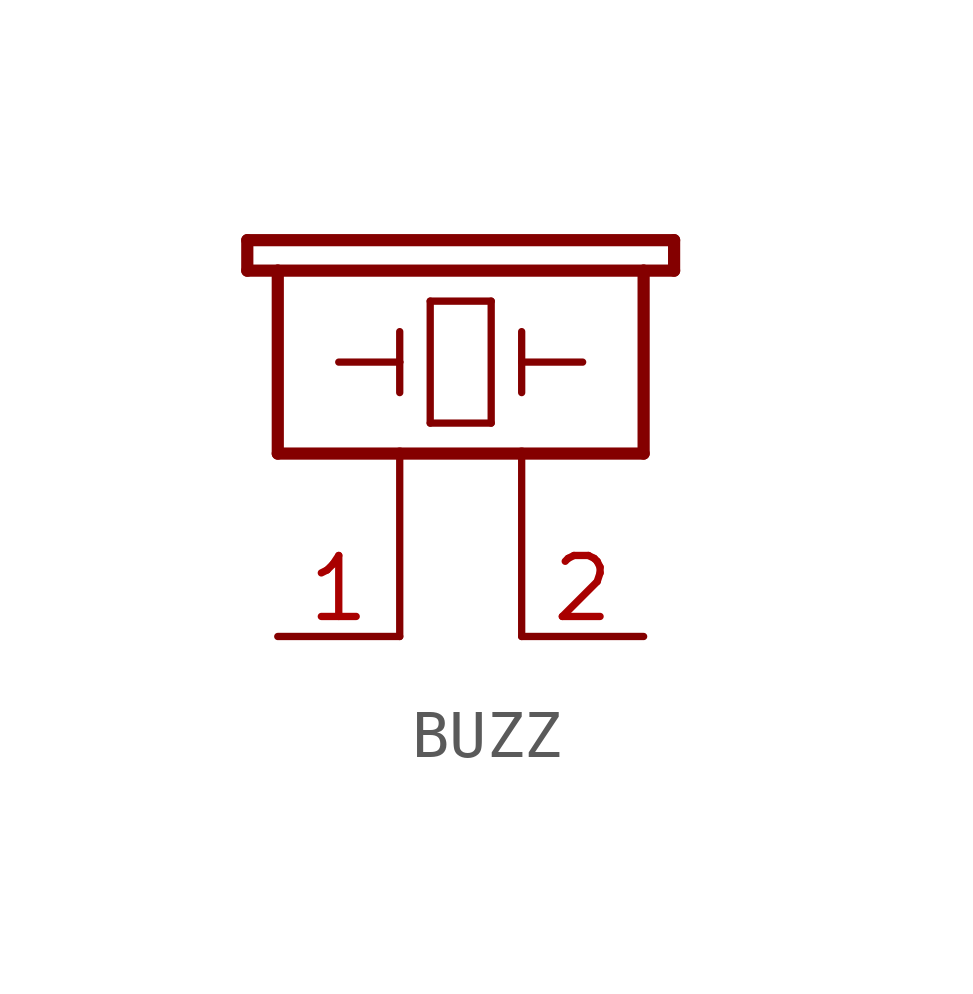
<source format=kicad_sym>
(kicad_symbol_lib
  (version 20220914)
  (generator kicad_symbol_editor)
  (symbol "BUZZ"
    (property "Reference" ""
      (at -5.08 1.27 0)
      (effects (font (size 1.778 1.511)) (justify left bottom) hide))
    (property "Value" ""
      (at 3.81 -5.08 0)
      (effects (font (size 1.778 1.511)) (justify left bottom)))
    (property "ki_locked" ""
      (at 0 0 0)
      (effects (font (size 1.27 1.27))))
    (symbol "BUZZ_1_0"
      (polyline (pts (xy -5.715 0) (xy -5.08 0)) (stroke (width 0.254) (type solid)) (fill (type none)))
      (polyline (pts (xy -5.715 0.635) (xy -5.715 0)) (stroke (width 0.254) (type solid)) (fill (type none)))
      (polyline (pts (xy -5.08 -3.81) (xy -2.54 -3.81)) (stroke (width 0.254) (type solid)) (fill (type none)))
      (polyline (pts (xy -5.08 0) (xy -5.08 -3.81)) (stroke (width 0.254) (type solid)) (fill (type none)))
      (polyline (pts (xy -5.08 0) (xy 2.54 0)) (stroke (width 0.254) (type solid)) (fill (type none)))
      (polyline (pts (xy -3.81 -1.905) (xy -2.54 -1.905)) (stroke (width 0.152) (type solid)) (fill (type none)))
      (polyline (pts (xy -2.54 -7.62) (xy -2.54 -3.81)) (stroke (width 0.152) (type solid)) (fill (type none)))
      (polyline (pts (xy -2.54 -3.81) (xy 0 -3.81)) (stroke (width 0.254) (type solid)) (fill (type none)))
      (polyline (pts (xy -2.54 -1.905) (xy -2.54 -2.54)) (stroke (width 0.152) (type solid)) (fill (type none)))
      (polyline (pts (xy -2.54 -1.905) (xy -2.54 -1.27)) (stroke (width 0.152) (type solid)) (fill (type none)))
      (polyline (pts (xy -1.905 -3.175) (xy -0.635 -3.175)) (stroke (width 0.152) (type solid)) (fill (type none)))
      (polyline (pts (xy -1.905 -0.635) (xy -1.905 -3.175)) (stroke (width 0.152) (type solid)) (fill (type none)))
      (polyline (pts (xy -0.635 -3.175) (xy -0.635 -0.635)) (stroke (width 0.152) (type solid)) (fill (type none)))
      (polyline (pts (xy -0.635 -0.635) (xy -1.905 -0.635)) (stroke (width 0.152) (type solid)) (fill (type none)))
      (polyline (pts (xy 0 -7.62) (xy 0 -3.81)) (stroke (width 0.152) (type solid)) (fill (type none)))
      (polyline (pts (xy 0 -3.81) (xy 2.54 -3.81)) (stroke (width 0.254) (type solid)) (fill (type none)))
      (polyline (pts (xy 0 -1.905) (xy 0 -2.54)) (stroke (width 0.152) (type solid)) (fill (type none)))
      (polyline (pts (xy 0 -1.905) (xy 1.27 -1.905)) (stroke (width 0.152) (type solid)) (fill (type none)))
      (polyline (pts (xy 0 -1.27) (xy 0 -1.905)) (stroke (width 0.152) (type solid)) (fill (type none)))
      (polyline (pts (xy 2.54 -3.81) (xy 2.54 0)) (stroke (width 0.254) (type solid)) (fill (type none)))
      (polyline (pts (xy 2.54 0) (xy 3.175 0)) (stroke (width 0.254) (type solid)) (fill (type none)))
      (polyline (pts (xy 3.175 0) (xy 3.175 0.635)) (stroke (width 0.254) (type solid)) (fill (type none)))
      (polyline (pts (xy 3.175 0.635) (xy -5.715 0.635)) (stroke (width 0.254) (type solid)) (fill (type none)))
      (pin passive line (at -5.08 -7.62 0) (length 2.54) (name "1" (effects (font (size 0 0)))) (number "1" (effects (font (size 1.27 1.27)))))
      (pin passive line (at 2.54 -7.62 180) (length 2.54) (name "2" (effects (font (size 0 0)))) (number "2" (effects (font (size 1.27 1.27))))))))
</source>
